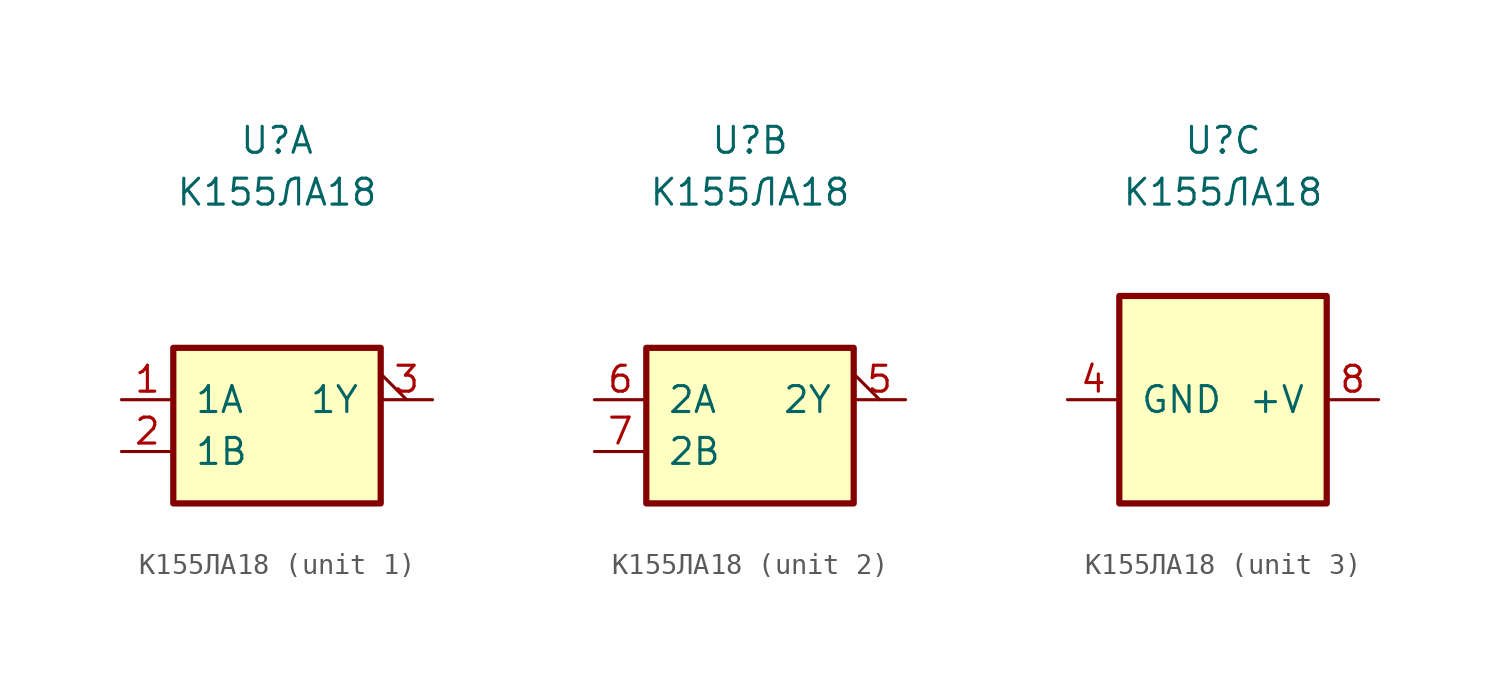
<source format=kicad_sym>
(kicad_symbol_lib
  (version 20220914)
  (generator kicad_symbol_editor)
  (symbol "К155ЛА18"
    (pin_names
      (offset 1.016))
    (property "Reference" "U"
      (at 0 12.7 0)
      (effects (font (size 1.27 1.27))))
    (property "Value" "К155ЛА18"
      (at 0 10.16 0)
      (effects (font (size 1.27 1.27))))
    (property "ki_locked" ""
      (at 0 0 0)
      (effects (font (size 1.27 1.27))))
    (symbol "К155ЛА18_1_1"
      (rectangle (start -5.08 2.54) (end 5.08 -5.08) (stroke (width 0.305) (type default)) (fill (type background)))
      (pin input line (at -7.62 0 0) (length 2.54) (name "1A" (effects (font (size 1.27 1.27)))) (number "1" (effects (font (size 1.27 1.27)))))
      (pin input line (at -7.62 -2.54 0) (length 2.54) (name "1B" (effects (font (size 1.27 1.27)))) (number "2" (effects (font (size 1.27 1.27)))))
      (pin output output_low (at 7.62 0 180) (length 2.54) (name "1Y" (effects (font (size 1.27 1.27)))) (number "3" (effects (font (size 1.27 1.27))))))
    (symbol "К155ЛА18_2_1"
      (rectangle (start -5.08 2.54) (end 5.08 -5.08) (stroke (width 0.305) (type default)) (fill (type background)))
      (pin output output_low (at 7.62 0 180) (length 2.54) (name "2Y" (effects (font (size 1.27 1.27)))) (number "5" (effects (font (size 1.27 1.27)))))
      (pin input line (at -7.62 0 0) (length 2.54) (name "2A" (effects (font (size 1.27 1.27)))) (number "6" (effects (font (size 1.27 1.27)))))
      (pin input line (at -7.62 -2.54 0) (length 2.54) (name "2B" (effects (font (size 1.27 1.27)))) (number "7" (effects (font (size 1.27 1.27))))))
    (symbol "К155ЛА18_3_1"
      (rectangle (start -5.08 5.08) (end 5.08 -5.08) (stroke (width 0.305) (type default)) (fill (type background)))
      (pin power_in line (at -7.62 0 0) (length 2.54) (name "GND" (effects (font (size 1.27 1.27)))) (number "4" (effects (font (size 1.27 1.27)))))
      (pin power_in line (at 7.62 0 180) (length 2.54) (name "+V" (effects (font (size 1.27 1.27)))) (number "8" (effects (font (size 1.27 1.27))))))))
</source>
